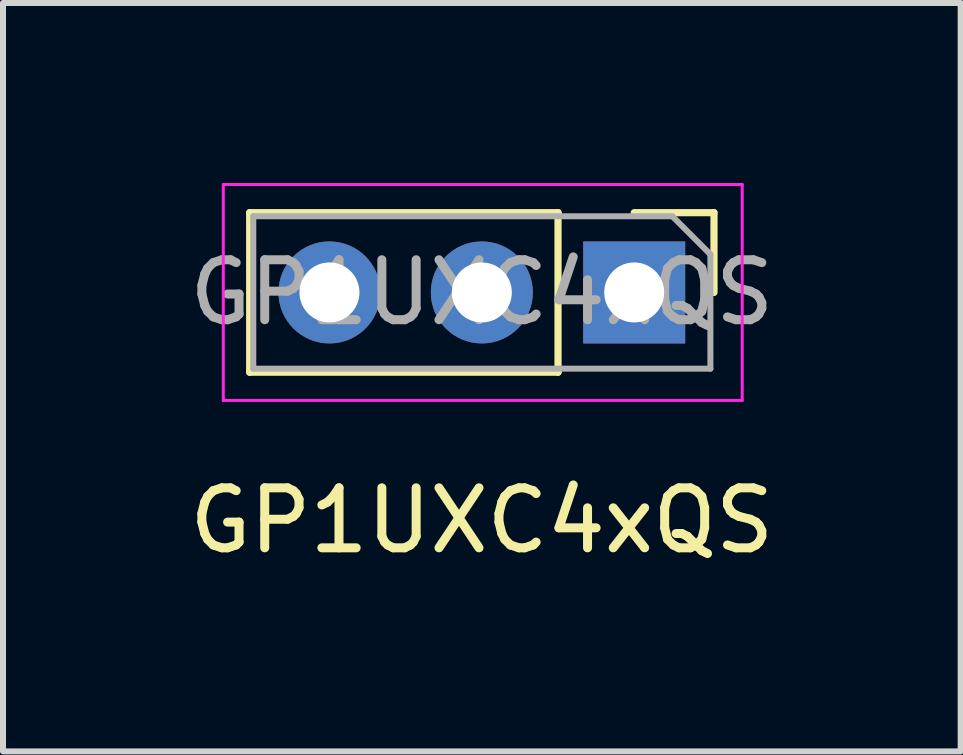
<source format=kicad_pcb>
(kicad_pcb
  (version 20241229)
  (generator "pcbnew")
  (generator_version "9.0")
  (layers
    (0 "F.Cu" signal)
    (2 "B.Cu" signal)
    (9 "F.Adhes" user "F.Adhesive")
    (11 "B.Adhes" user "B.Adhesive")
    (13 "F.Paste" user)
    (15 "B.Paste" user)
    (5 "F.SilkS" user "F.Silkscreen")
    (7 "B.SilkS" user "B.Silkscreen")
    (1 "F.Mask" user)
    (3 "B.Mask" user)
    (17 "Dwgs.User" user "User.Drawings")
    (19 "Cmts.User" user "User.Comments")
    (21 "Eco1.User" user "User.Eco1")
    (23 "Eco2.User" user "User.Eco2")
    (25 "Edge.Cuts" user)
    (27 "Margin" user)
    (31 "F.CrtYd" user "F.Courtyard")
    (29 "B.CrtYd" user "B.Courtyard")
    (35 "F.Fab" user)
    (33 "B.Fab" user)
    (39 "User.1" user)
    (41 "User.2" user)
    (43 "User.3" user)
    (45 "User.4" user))
  (footprint "GP1UXC4xQS"
    (layer "F.Cu")
    (at 4.982 1.825)
    (property "Reference" "GP1UXC4xQS" (at 0 3.802 0) (layer "F.SilkS") (effects (font (size 1 1) (thickness 0.15))))
    (attr through_hole)
    (fp_line (start -3.87 -1.33) (end -3.87 1.33) (stroke (width 0.12) (type solid)) (layer "F.SilkS"))
    (fp_line (start 1.27 -1.33) (end -3.87 -1.33) (stroke (width 0.12) (type solid)) (layer "F.SilkS"))
    (fp_line (start 1.27 -1.33) (end 1.27 1.33) (stroke (width 0.12) (type solid)) (layer "F.SilkS"))
    (fp_line (start 1.27 1.33) (end -3.87 1.33) (stroke (width 0.12) (type solid)) (layer "F.SilkS"))
    (fp_line (start 2.54 -1.33) (end 3.87 -1.33) (stroke (width 0.12) (type solid)) (layer "F.SilkS"))
    (fp_line (start 3.87 -1.33) (end 3.87 0) (stroke (width 0.12) (type solid)) (layer "F.SilkS"))
    (fp_line (start -4.31 -1.8) (end -4.31 1.8) (stroke (width 0.05) (type solid)) (layer "F.CrtYd"))
    (fp_line (start -4.31 1.8) (end 4.34 1.8) (stroke (width 0.05) (type solid)) (layer "F.CrtYd"))
    (fp_line (start 4.34 -1.8) (end -4.31 -1.8) (stroke (width 0.05) (type solid)) (layer "F.CrtYd"))
    (fp_line (start 4.34 1.8) (end 4.34 -1.8) (stroke (width 0.05) (type solid)) (layer "F.CrtYd"))
    (fp_line (start -3.81 -1.27) (end 3.175 -1.27) (stroke (width 0.1) (type solid)) (layer "F.Fab"))
    (fp_line (start -3.81 1.27) (end -3.81 -1.27) (stroke (width 0.1) (type solid)) (layer "F.Fab"))
    (fp_line (start 3.175 -1.27) (end 3.81 -0.635) (stroke (width 0.1) (type solid)) (layer "F.Fab"))
    (fp_line (start 3.81 -0.635) (end 3.81 1.27) (stroke (width 0.1) (type solid)) (layer "F.Fab"))
    (fp_line (start 3.81 1.27) (end -3.81 1.27) (stroke (width 0.1) (type solid)) (layer "F.Fab"))
    (fp_text user "${REFERENCE}" (at 0 0 0) (layer "F.Fab") (effects (font (size 1 1) (thickness 0.15))))
    (pad "1" thru_hole rect (at 2.54 0 270) (size 1.7 1.7) (drill 1) (layers "*.Cu" "*.Mask"))
    (pad "2" thru_hole oval (at 0 0 270) (size 1.7 1.7) (drill 1) (layers "*.Cu" "*.Mask"))
    (pad "3" thru_hole oval (at -2.54 0 270) (size 1.7 1.7) (drill 1) (layers "*.Cu" "*.Mask")))
  (gr_rect
    (start -3 -3)
    (end 12.964 9.475)
    (stroke (width 0.1) (type default))
    (fill no)
    (layer "Edge.Cuts")))
</source>
